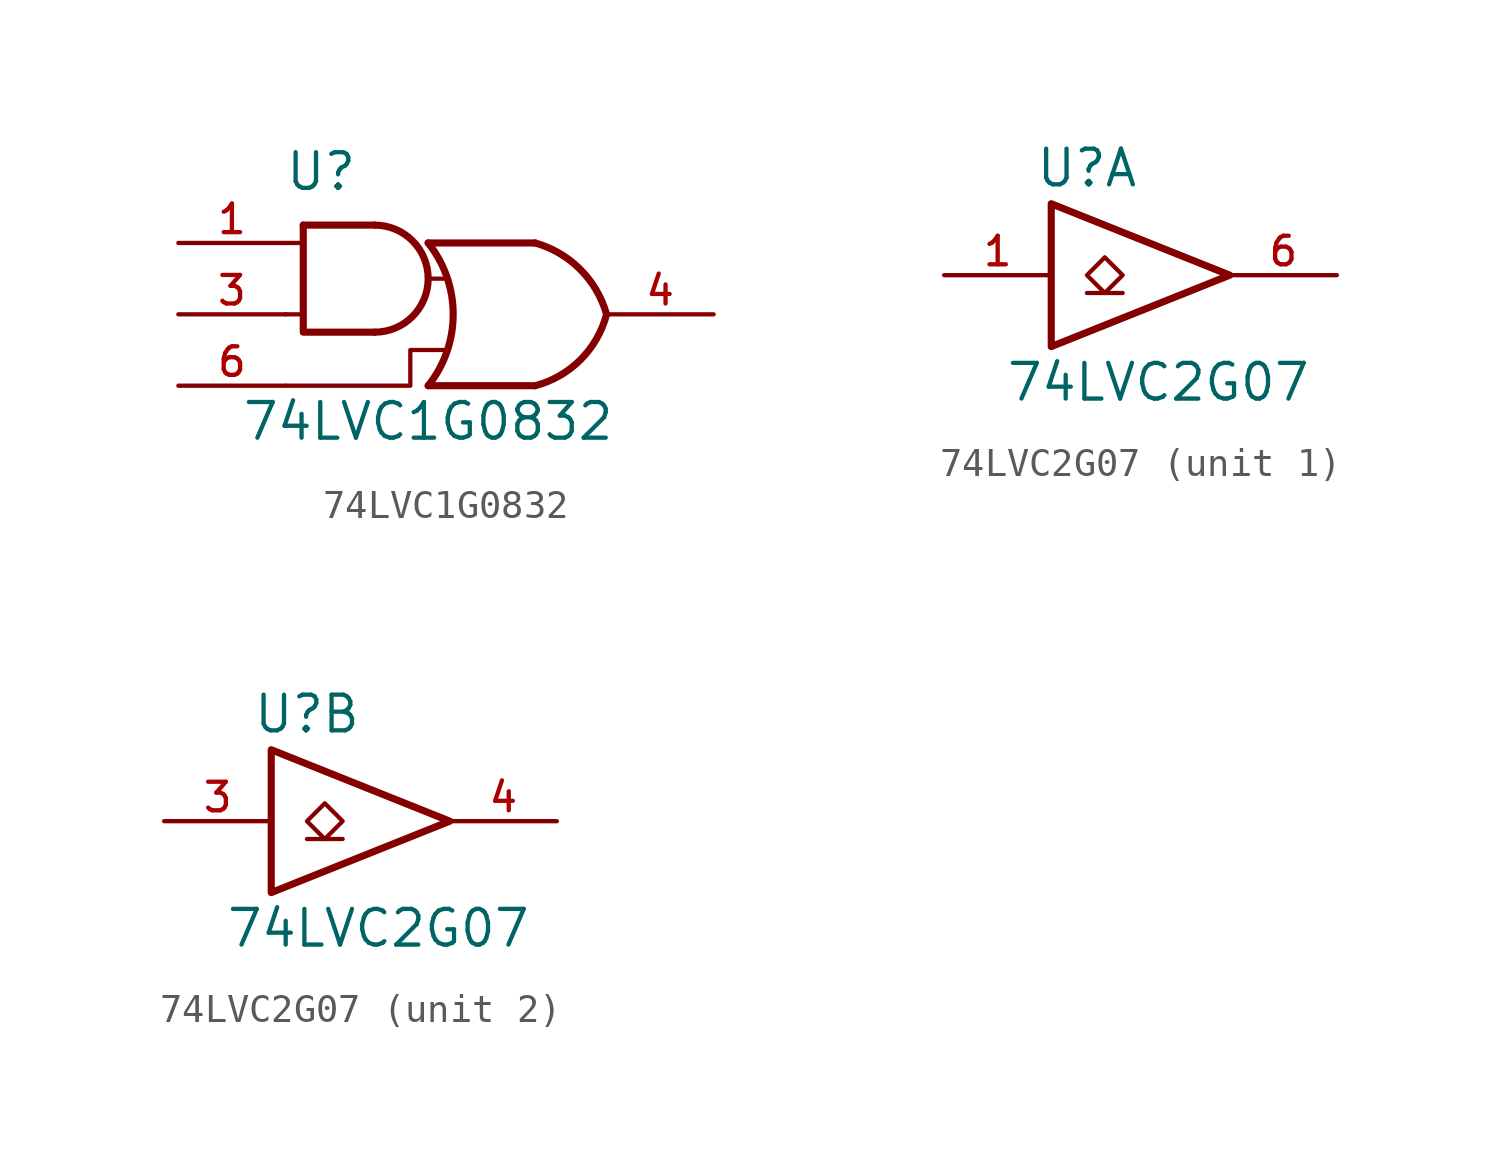
<source format=kicad_sym>
(kicad_symbol_lib
  (version 20200908)
  (generator kicad_symbol_editor)
  (symbol "74xGxx:74LVC1G0832"
    (pin_names
      (offset 1.016))
    (property "Reference" "U"
      (at -3.81 5.08 0)
      (effects (font (size 1.27 1.27))))
    (property "Value" "74LVC1G0832"
      (at 0 -3.81 0)
      (effects (font (size 1.27 1.27))))
    (symbol "74LVC1G0832_0_1"
      (arc (start 0 2.54) (end 0 -2.54) (radius (at -3.175 0) (length 4.064) (angles 38.6 -38.6)) (stroke (width 0.254)) (fill (type none)))
      (arc (start -1.905 -0.635) (end -1.905 3.175) (radius (at -1.905 1.27) (length 1.905) (angles -89.9 89.9)) (stroke (width 0.254)) (fill (type none)))
      (arc (start 3.81 2.54) (end 6.35 0) (radius (at 2.8448 -0.9398) (length 3.6068) (angles 74.4 15)) (stroke (width 0.254)) (fill (type none)))
      (arc (start 3.81 -2.54) (end 6.35 0) (radius (at 2.8448 0.9398) (length 3.6068) (angles -74.4 -15)) (stroke (width 0.254)) (fill (type none)))
      (polyline (pts (xy -5.08 0) (xy -4.445 0)) (stroke (width 0)) (fill (type none)))
      (polyline (pts (xy -5.08 2.54) (xy -4.445 2.54)) (stroke (width 0)) (fill (type none)))
      (polyline (pts (xy -4.445 3.175) (xy -1.905 3.175)) (stroke (width 0.254)) (fill (type none)))
      (polyline (pts (xy 0 -1.27) (xy 0.635 -1.27)) (stroke (width 0)) (fill (type none)))
      (polyline (pts (xy 0 1.27) (xy 0.635 1.27)) (stroke (width 0)) (fill (type none)))
      (polyline (pts (xy 3.81 -2.54) (xy 0 -2.54)) (stroke (width 0.254)) (fill (type background)))
      (polyline (pts (xy 3.81 2.54) (xy 0 2.54)) (stroke (width 0.254)) (fill (type background)))
      (polyline (pts (xy -4.445 3.175) (xy -4.445 -0.635) (xy -1.905 -0.635)) (stroke (width 0.254)) (fill (type none)))
      (polyline (pts (xy 0 -1.27) (xy -0.635 -1.27) (xy -0.635 -1.905) (xy -0.635 -2.54) (xy -5.08 -2.54)) (stroke (width 0)) (fill (type none))))
    (symbol "74LVC1G0832_1_1"
      (pin input line (at -8.89 2.54 0) (length 3.81) (name "~" (effects (font (size 1.016 1.016)))) (number "1" (effects (font (size 1.016 1.016)))))
      (pin power_in line (at 3.81 -2.54 270) (length 0) hide (name "GND" (effects (font (size 1.016 1.016)))) (number "2" (effects (font (size 1.016 1.016)))))
      (pin input line (at -8.89 0 0) (length 3.81) (name "~" (effects (font (size 1.016 1.016)))) (number "3" (effects (font (size 1.016 1.016)))))
      (pin output line (at 10.16 0 180) (length 3.81) (name "~" (effects (font (size 1.016 1.016)))) (number "4" (effects (font (size 1.016 1.016)))))
      (pin power_in line (at 3.81 2.54 90) (length 0) hide (name "VCC" (effects (font (size 1.016 1.016)))) (number "5" (effects (font (size 1.016 1.016)))))
      (pin input line (at -8.89 -2.54 0) (length 3.81) (name "~" (effects (font (size 1.016 1.016)))) (number "6" (effects (font (size 1.016 1.016)))))))
  (symbol "74xGxx:74LVC2G07"
    (pin_names
      (offset 1.016))
    (property "Reference" "U"
      (at -2.54 3.81 0)
      (effects (font (size 1.27 1.27))))
    (property "Value" "74LVC2G07"
      (at 0 -3.81 0)
      (effects (font (size 1.27 1.27))))
    (symbol "74LVC2G07_0_1"
      (polyline (pts (xy -2.54 -0.635) (xy -1.27 -0.635)) (stroke (width 0)) (fill (type none)))
      (polyline (pts (xy -3.81 2.54) (xy -3.81 -2.54) (xy 2.54 0) (xy -3.81 2.54)) (stroke (width 0.254)) (fill (type none)))
      (polyline (pts (xy -1.905 0.635) (xy -2.54 0) (xy -1.905 -0.635) (xy -1.27 0) (xy -1.905 0.635)) (stroke (width 0)) (fill (type none)))
      (pin power_in line (at 0 -2.54 270) (length 0) hide (name "GND" (effects (font (size 1.016 1.016)))) (number "2" (effects (font (size 1.016 1.016)))))
      (pin power_in line (at 0 2.54 90) (length 0) hide (name "VCC" (effects (font (size 1.016 1.016)))) (number "5" (effects (font (size 1.016 1.016))))))
    (symbol "74LVC2G07_1_1"
      (pin input line (at -7.62 0 0) (length 3.81) (name "~" (effects (font (size 1.016 1.016)))) (number "1" (effects (font (size 1.016 1.016)))))
      (pin open_collector line (at 6.35 0 180) (length 3.81) (name "~" (effects (font (size 1.016 1.016)))) (number "6" (effects (font (size 1.016 1.016))))))
    (symbol "74LVC2G07_2_1"
      (pin input line (at -7.62 0 0) (length 3.81) (name "~" (effects (font (size 1.016 1.016)))) (number "3" (effects (font (size 1.016 1.016)))))
      (pin open_collector line (at 6.35 0 180) (length 3.81) (name "~" (effects (font (size 1.016 1.016)))) (number "4" (effects (font (size 1.016 1.016))))))))
</source>
